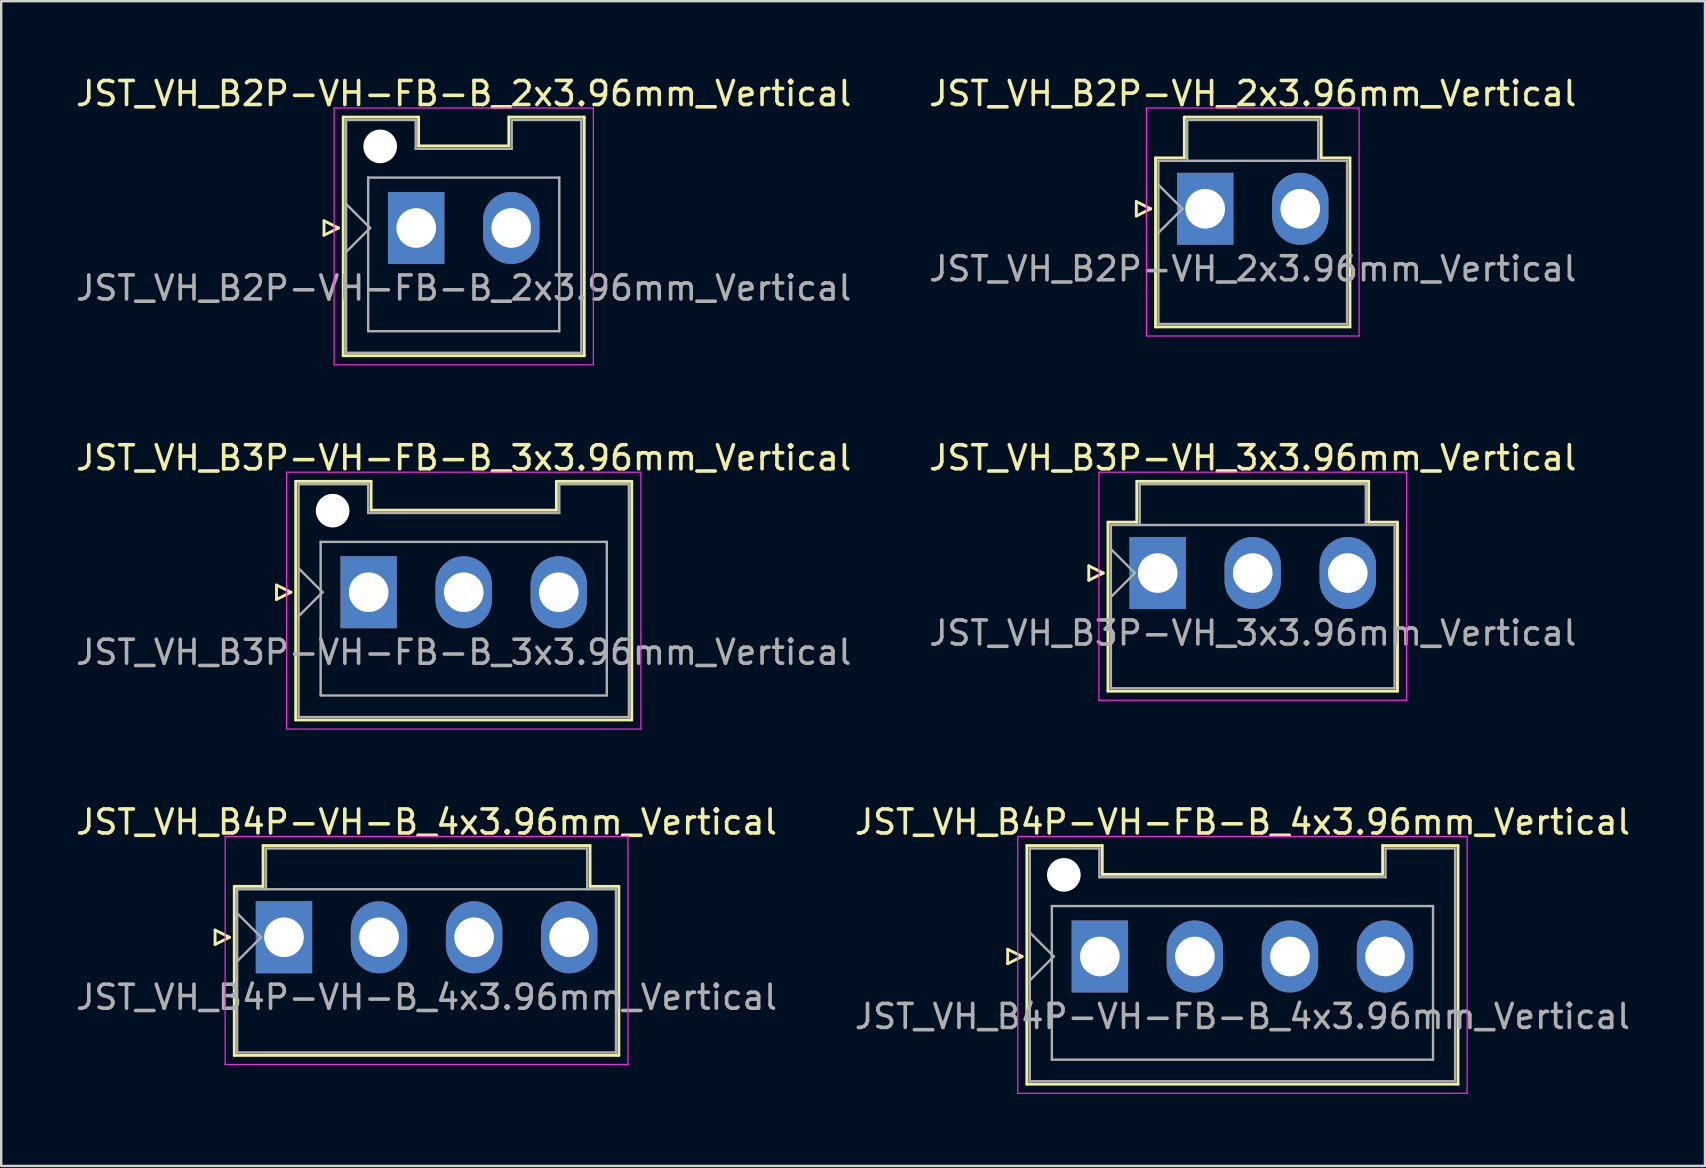
<source format=kicad_pcb>
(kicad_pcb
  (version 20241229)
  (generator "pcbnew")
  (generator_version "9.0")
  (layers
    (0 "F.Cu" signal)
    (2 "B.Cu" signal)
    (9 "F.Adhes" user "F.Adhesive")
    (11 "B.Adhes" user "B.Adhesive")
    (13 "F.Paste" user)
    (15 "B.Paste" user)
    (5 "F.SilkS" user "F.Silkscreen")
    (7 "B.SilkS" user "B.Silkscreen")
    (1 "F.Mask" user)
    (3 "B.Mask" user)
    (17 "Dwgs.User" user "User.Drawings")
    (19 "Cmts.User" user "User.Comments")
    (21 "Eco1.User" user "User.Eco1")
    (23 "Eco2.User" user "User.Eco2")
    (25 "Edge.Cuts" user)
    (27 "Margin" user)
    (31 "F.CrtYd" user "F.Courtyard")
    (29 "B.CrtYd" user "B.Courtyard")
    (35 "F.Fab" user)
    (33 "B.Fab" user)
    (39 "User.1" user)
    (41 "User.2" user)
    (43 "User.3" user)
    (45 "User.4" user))
  (footprint "JST_VH_B3P-VH-FB-B_3x3.96mm_Vertical"
    (layer "F.Cu")
    (at 12.308 21.622)
    (property "Reference" "JST_VH_B3P-VH-FB-B_3x3.96mm_Vertical" (at 3.96 -5.6 0) (layer "F.SilkS") (effects (font (size 1 1) (thickness 0.15))))
    (attr through_hole)
    (fp_line (start -3.84 -0.3) (end -3.24 0) (stroke (width 0.12) (type solid)) (layer "F.SilkS"))
    (fp_line (start -3.84 0.3) (end -3.84 -0.3) (stroke (width 0.12) (type solid)) (layer "F.SilkS"))
    (fp_line (start -3.24 0) (end -3.84 0.3) (stroke (width 0.12) (type solid)) (layer "F.SilkS"))
    (fp_line (start -3.04 -4.62) (end 0.1 -4.62) (stroke (width 0.12) (type solid)) (layer "F.SilkS"))
    (fp_line (start -3.04 5.32) (end -3.04 -4.62) (stroke (width 0.12) (type solid)) (layer "F.SilkS"))
    (fp_line (start 0.1 -4.62) (end 0.1 -3.42) (stroke (width 0.12) (type solid)) (layer "F.SilkS"))
    (fp_line (start 0.1 -3.42) (end 7.82 -3.42) (stroke (width 0.12) (type solid)) (layer "F.SilkS"))
    (fp_line (start 7.82 -4.62) (end 10.96 -4.62) (stroke (width 0.12) (type solid)) (layer "F.SilkS"))
    (fp_line (start 7.82 -3.42) (end 7.82 -4.62) (stroke (width 0.12) (type solid)) (layer "F.SilkS"))
    (fp_line (start 10.96 -4.62) (end 10.96 5.32) (stroke (width 0.12) (type solid)) (layer "F.SilkS"))
    (fp_line (start 10.96 5.32) (end -3.04 5.32) (stroke (width 0.12) (type solid)) (layer "F.SilkS"))
    (fp_line (start -3.42 -5) (end -3.42 5.7) (stroke (width 0.05) (type solid)) (layer "F.CrtYd"))
    (fp_line (start -3.42 5.7) (end 11.34 5.7) (stroke (width 0.05) (type solid)) (layer "F.CrtYd"))
    (fp_line (start 11.34 -5) (end -3.42 -5) (stroke (width 0.05) (type solid)) (layer "F.CrtYd"))
    (fp_line (start 11.34 5.7) (end 11.34 -5) (stroke (width 0.05) (type solid)) (layer "F.CrtYd"))
    (fp_line (start -2.92 -4.5) (end -0.02 -4.5) (stroke (width 0.1) (type solid)) (layer "F.Fab"))
    (fp_line (start -2.92 -1) (end -1.92 0) (stroke (width 0.1) (type solid)) (layer "F.Fab"))
    (fp_line (start -2.92 1) (end -1.92 0) (stroke (width 0.1) (type solid)) (layer "F.Fab"))
    (fp_line (start -2.92 5.2) (end -2.92 -4.5) (stroke (width 0.1) (type solid)) (layer "F.Fab"))
    (fp_line (start -2 -2.1) (end 9.92 -2.1) (stroke (width 0.1) (type solid)) (layer "F.Fab"))
    (fp_line (start -2 4.3) (end -2 -2.1) (stroke (width 0.1) (type solid)) (layer "F.Fab"))
    (fp_line (start -0.02 -4.5) (end -0.02 -3.3) (stroke (width 0.1) (type solid)) (layer "F.Fab"))
    (fp_line (start -0.02 -3.3) (end 7.94 -3.3) (stroke (width 0.1) (type solid)) (layer "F.Fab"))
    (fp_line (start 7.94 -4.5) (end 10.84 -4.5) (stroke (width 0.1) (type solid)) (layer "F.Fab"))
    (fp_line (start 7.94 -3.3) (end 7.94 -4.5) (stroke (width 0.1) (type solid)) (layer "F.Fab"))
    (fp_line (start 9.92 -2.1) (end 9.92 4.3) (stroke (width 0.1) (type solid)) (layer "F.Fab"))
    (fp_line (start 9.92 4.3) (end -2 4.3) (stroke (width 0.1) (type solid)) (layer "F.Fab"))
    (fp_line (start 10.84 -4.5) (end 10.84 5.2) (stroke (width 0.1) (type solid)) (layer "F.Fab"))
    (fp_line (start 10.84 5.2) (end -2.92 5.2) (stroke (width 0.1) (type solid)) (layer "F.Fab"))
    (fp_text user "${REFERENCE}" (at 3.96 2.5 0) (layer "F.Fab") (effects (font (size 1 1) (thickness 0.15))))
    (pad "" np_thru_hole circle (at -1.5 -3.4) (size 1.4 1.4) (drill 1.4) (layers "*.Cu" "*.Mask"))
    (pad "1" thru_hole rect (at 0 0) (size 2.35 3) (drill 1.65) (layers "*.Cu" "*.Mask"))
    (pad "2" thru_hole oval (at 3.96 0) (size 2.35 3) (drill 1.65) (layers "*.Cu" "*.Mask"))
    (pad "3" thru_hole oval (at 7.92 0) (size 2.35 3) (drill 1.65) (layers "*.Cu" "*.Mask")))
  (footprint "JST_VH_B4P-VH-FB-B_4x3.96mm_Vertical"
    (layer "F.Cu")
    (at 42.768 36.795)
    (property "Reference" "JST_VH_B4P-VH-FB-B_4x3.96mm_Vertical" (at 5.94 -5.6 0) (layer "F.SilkS") (effects (font (size 1 1) (thickness 0.15))))
    (attr through_hole)
    (fp_line (start -3.84 -0.3) (end -3.24 0) (stroke (width 0.12) (type solid)) (layer "F.SilkS"))
    (fp_line (start -3.84 0.3) (end -3.84 -0.3) (stroke (width 0.12) (type solid)) (layer "F.SilkS"))
    (fp_line (start -3.24 0) (end -3.84 0.3) (stroke (width 0.12) (type solid)) (layer "F.SilkS"))
    (fp_line (start -3.04 -4.62) (end 0.1 -4.62) (stroke (width 0.12) (type solid)) (layer "F.SilkS"))
    (fp_line (start -3.04 5.32) (end -3.04 -4.62) (stroke (width 0.12) (type solid)) (layer "F.SilkS"))
    (fp_line (start 0.1 -4.62) (end 0.1 -3.42) (stroke (width 0.12) (type solid)) (layer "F.SilkS"))
    (fp_line (start 0.1 -3.42) (end 11.78 -3.42) (stroke (width 0.12) (type solid)) (layer "F.SilkS"))
    (fp_line (start 11.78 -4.62) (end 14.92 -4.62) (stroke (width 0.12) (type solid)) (layer "F.SilkS"))
    (fp_line (start 11.78 -3.42) (end 11.78 -4.62) (stroke (width 0.12) (type solid)) (layer "F.SilkS"))
    (fp_line (start 14.92 -4.62) (end 14.92 5.32) (stroke (width 0.12) (type solid)) (layer "F.SilkS"))
    (fp_line (start 14.92 5.32) (end -3.04 5.32) (stroke (width 0.12) (type solid)) (layer "F.SilkS"))
    (fp_line (start -3.42 -5) (end -3.42 5.7) (stroke (width 0.05) (type solid)) (layer "F.CrtYd"))
    (fp_line (start -3.42 5.7) (end 15.3 5.7) (stroke (width 0.05) (type solid)) (layer "F.CrtYd"))
    (fp_line (start 15.3 -5) (end -3.42 -5) (stroke (width 0.05) (type solid)) (layer "F.CrtYd"))
    (fp_line (start 15.3 5.7) (end 15.3 -5) (stroke (width 0.05) (type solid)) (layer "F.CrtYd"))
    (fp_line (start -2.92 -4.5) (end -0.02 -4.5) (stroke (width 0.1) (type solid)) (layer "F.Fab"))
    (fp_line (start -2.92 -1) (end -1.92 0) (stroke (width 0.1) (type solid)) (layer "F.Fab"))
    (fp_line (start -2.92 1) (end -1.92 0) (stroke (width 0.1) (type solid)) (layer "F.Fab"))
    (fp_line (start -2.92 5.2) (end -2.92 -4.5) (stroke (width 0.1) (type solid)) (layer "F.Fab"))
    (fp_line (start -2 -2.1) (end 13.88 -2.1) (stroke (width 0.1) (type solid)) (layer "F.Fab"))
    (fp_line (start -2 4.3) (end -2 -2.1) (stroke (width 0.1) (type solid)) (layer "F.Fab"))
    (fp_line (start -0.02 -4.5) (end -0.02 -3.3) (stroke (width 0.1) (type solid)) (layer "F.Fab"))
    (fp_line (start -0.02 -3.3) (end 11.9 -3.3) (stroke (width 0.1) (type solid)) (layer "F.Fab"))
    (fp_line (start 11.9 -4.5) (end 14.8 -4.5) (stroke (width 0.1) (type solid)) (layer "F.Fab"))
    (fp_line (start 11.9 -3.3) (end 11.9 -4.5) (stroke (width 0.1) (type solid)) (layer "F.Fab"))
    (fp_line (start 13.88 -2.1) (end 13.88 4.3) (stroke (width 0.1) (type solid)) (layer "F.Fab"))
    (fp_line (start 13.88 4.3) (end -2 4.3) (stroke (width 0.1) (type solid)) (layer "F.Fab"))
    (fp_line (start 14.8 -4.5) (end 14.8 5.2) (stroke (width 0.1) (type solid)) (layer "F.Fab"))
    (fp_line (start 14.8 5.2) (end -2.92 5.2) (stroke (width 0.1) (type solid)) (layer "F.Fab"))
    (fp_text user "${REFERENCE}" (at 5.94 2.5 0) (layer "F.Fab") (effects (font (size 1 1) (thickness 0.15))))
    (pad "" np_thru_hole circle (at -1.5 -3.4) (size 1.4 1.4) (drill 1.4) (layers "*.Cu" "*.Mask"))
    (pad "1" thru_hole rect (at 0 0) (size 2.35 3) (drill 1.65) (layers "*.Cu" "*.Mask"))
    (pad "2" thru_hole oval (at 3.96 0) (size 2.35 3) (drill 1.65) (layers "*.Cu" "*.Mask"))
    (pad "3" thru_hole oval (at 7.92 0) (size 2.35 3) (drill 1.65) (layers "*.Cu" "*.Mask"))
    (pad "4" thru_hole oval (at 11.88 0) (size 2.35 3) (drill 1.65) (layers "*.Cu" "*.Mask")))
  (footprint "JST_VH_B4P-VH-B_4x3.96mm_Vertical"
    (layer "F.Cu")
    (at 8.78 35.995)
    (property "Reference" "JST_VH_B4P-VH-B_4x3.96mm_Vertical" (at 5.94 -4.8 0) (layer "F.SilkS") (effects (font (size 1 1) (thickness 0.15))))
    (attr through_hole)
    (fp_line (start -2.87 -0.3) (end -2.27 0) (stroke (width 0.12) (type solid)) (layer "F.SilkS"))
    (fp_line (start -2.87 0.3) (end -2.87 -0.3) (stroke (width 0.12) (type solid)) (layer "F.SilkS"))
    (fp_line (start -2.27 0) (end -2.87 0.3) (stroke (width 0.12) (type solid)) (layer "F.SilkS"))
    (fp_line (start -2.07 -2.12) (end -0.87 -2.12) (stroke (width 0.12) (type solid)) (layer "F.SilkS"))
    (fp_line (start -2.07 4.92) (end -2.07 -2.12) (stroke (width 0.12) (type solid)) (layer "F.SilkS"))
    (fp_line (start -0.87 -3.82) (end 12.75 -3.82) (stroke (width 0.12) (type solid)) (layer "F.SilkS"))
    (fp_line (start -0.87 -2.12) (end -0.87 -3.82) (stroke (width 0.12) (type solid)) (layer "F.SilkS"))
    (fp_line (start 12.75 -3.82) (end 12.75 -2.12) (stroke (width 0.12) (type solid)) (layer "F.SilkS"))
    (fp_line (start 12.75 -2.12) (end 13.95 -2.12) (stroke (width 0.12) (type solid)) (layer "F.SilkS"))
    (fp_line (start 13.95 -2.12) (end 13.95 4.92) (stroke (width 0.12) (type solid)) (layer "F.SilkS"))
    (fp_line (start 13.95 4.92) (end -2.07 4.92) (stroke (width 0.12) (type solid)) (layer "F.SilkS"))
    (fp_line (start -2.45 -4.2) (end -2.45 5.3) (stroke (width 0.05) (type solid)) (layer "F.CrtYd"))
    (fp_line (start -2.45 5.3) (end 14.33 5.3) (stroke (width 0.05) (type solid)) (layer "F.CrtYd"))
    (fp_line (start 14.33 -4.2) (end -2.45 -4.2) (stroke (width 0.05) (type solid)) (layer "F.CrtYd"))
    (fp_line (start 14.33 5.3) (end 14.33 -4.2) (stroke (width 0.05) (type solid)) (layer "F.CrtYd"))
    (fp_line (start -1.95 -2) (end -1.95 4.8) (stroke (width 0.1) (type solid)) (layer "F.Fab"))
    (fp_line (start -1.95 -1) (end -0.95 0) (stroke (width 0.1) (type solid)) (layer "F.Fab"))
    (fp_line (start -1.95 1) (end -0.95 0) (stroke (width 0.1) (type solid)) (layer "F.Fab"))
    (fp_line (start -1.95 4.8) (end 13.83 4.8) (stroke (width 0.1) (type solid)) (layer "F.Fab"))
    (fp_line (start -0.75 -3.7) (end 12.63 -3.7) (stroke (width 0.1) (type solid)) (layer "F.Fab"))
    (fp_line (start -0.75 -2) (end -0.75 -3.7) (stroke (width 0.1) (type solid)) (layer "F.Fab"))
    (fp_line (start 12.63 -3.7) (end 12.63 -2) (stroke (width 0.1) (type solid)) (layer "F.Fab"))
    (fp_line (start 13.83 -2) (end -1.95 -2) (stroke (width 0.1) (type solid)) (layer "F.Fab"))
    (fp_line (start 13.83 4.8) (end 13.83 -2) (stroke (width 0.1) (type solid)) (layer "F.Fab"))
    (fp_text user "${REFERENCE}" (at 5.94 2.5 0) (layer "F.Fab") (effects (font (size 1 1) (thickness 0.15))))
    (pad "1" thru_hole rect (at 0 0) (size 2.35 3) (drill 1.65) (layers "*.Cu" "*.Mask"))
    (pad "2" thru_hole oval (at 3.96 0) (size 2.35 3) (drill 1.65) (layers "*.Cu" "*.Mask"))
    (pad "3" thru_hole oval (at 7.92 0) (size 2.35 3) (drill 1.65) (layers "*.Cu" "*.Mask"))
    (pad "4" thru_hole oval (at 11.88 0) (size 2.35 3) (drill 1.65) (layers "*.Cu" "*.Mask")))
  (footprint "JST_VH_B2P-VH_2x3.96mm_Vertical"
    (layer "F.Cu")
    (at 47.157 5.648)
    (property "Reference" "JST_VH_B2P-VH_2x3.96mm_Vertical" (at 1.98 -4.8 0) (layer "F.SilkS") (effects (font (size 1 1) (thickness 0.15))))
    (attr through_hole)
    (fp_line (start -2.87 -0.3) (end -2.27 0) (stroke (width 0.12) (type solid)) (layer "F.SilkS"))
    (fp_line (start -2.87 0.3) (end -2.87 -0.3) (stroke (width 0.12) (type solid)) (layer "F.SilkS"))
    (fp_line (start -2.27 0) (end -2.87 0.3) (stroke (width 0.12) (type solid)) (layer "F.SilkS"))
    (fp_line (start -2.07 -2.12) (end -0.87 -2.12) (stroke (width 0.12) (type solid)) (layer "F.SilkS"))
    (fp_line (start -2.07 4.92) (end -2.07 -2.12) (stroke (width 0.12) (type solid)) (layer "F.SilkS"))
    (fp_line (start -0.87 -3.82) (end 4.83 -3.82) (stroke (width 0.12) (type solid)) (layer "F.SilkS"))
    (fp_line (start -0.87 -2.12) (end -0.87 -3.82) (stroke (width 0.12) (type solid)) (layer "F.SilkS"))
    (fp_line (start 4.83 -3.82) (end 4.83 -2.12) (stroke (width 0.12) (type solid)) (layer "F.SilkS"))
    (fp_line (start 4.83 -2.12) (end 6.03 -2.12) (stroke (width 0.12) (type solid)) (layer "F.SilkS"))
    (fp_line (start 6.03 -2.12) (end 6.03 4.92) (stroke (width 0.12) (type solid)) (layer "F.SilkS"))
    (fp_line (start 6.03 4.92) (end -2.07 4.92) (stroke (width 0.12) (type solid)) (layer "F.SilkS"))
    (fp_line (start -2.45 -4.2) (end -2.45 5.3) (stroke (width 0.05) (type solid)) (layer "F.CrtYd"))
    (fp_line (start -2.45 5.3) (end 6.41 5.3) (stroke (width 0.05) (type solid)) (layer "F.CrtYd"))
    (fp_line (start 6.41 -4.2) (end -2.45 -4.2) (stroke (width 0.05) (type solid)) (layer "F.CrtYd"))
    (fp_line (start 6.41 5.3) (end 6.41 -4.2) (stroke (width 0.05) (type solid)) (layer "F.CrtYd"))
    (fp_line (start -1.95 -2) (end -1.95 4.8) (stroke (width 0.1) (type solid)) (layer "F.Fab"))
    (fp_line (start -1.95 -1) (end -0.95 0) (stroke (width 0.1) (type solid)) (layer "F.Fab"))
    (fp_line (start -1.95 1) (end -0.95 0) (stroke (width 0.1) (type solid)) (layer "F.Fab"))
    (fp_line (start -1.95 4.8) (end 5.91 4.8) (stroke (width 0.1) (type solid)) (layer "F.Fab"))
    (fp_line (start -0.75 -3.7) (end 4.71 -3.7) (stroke (width 0.1) (type solid)) (layer "F.Fab"))
    (fp_line (start -0.75 -2) (end -0.75 -3.7) (stroke (width 0.1) (type solid)) (layer "F.Fab"))
    (fp_line (start 4.71 -3.7) (end 4.71 -2) (stroke (width 0.1) (type solid)) (layer "F.Fab"))
    (fp_line (start 5.91 -2) (end -1.95 -2) (stroke (width 0.1) (type solid)) (layer "F.Fab"))
    (fp_line (start 5.91 4.8) (end 5.91 -2) (stroke (width 0.1) (type solid)) (layer "F.Fab"))
    (fp_text user "${REFERENCE}" (at 1.98 2.5 0) (layer "F.Fab") (effects (font (size 1 1) (thickness 0.15))))
    (pad "1" thru_hole rect (at 0 0) (size 2.35 3) (drill 1.65) (layers "*.Cu" "*.Mask"))
    (pad "2" thru_hole oval (at 3.96 0) (size 2.35 3) (drill 1.65) (layers "*.Cu" "*.Mask")))
  (footprint "JST_VH_B2P-VH-FB-B_2x3.96mm_Vertical"
    (layer "F.Cu")
    (at 14.288 6.448)
    (property "Reference" "JST_VH_B2P-VH-FB-B_2x3.96mm_Vertical" (at 1.98 -5.6 0) (layer "F.SilkS") (effects (font (size 1 1) (thickness 0.15))))
    (attr through_hole)
    (fp_line (start -3.84 -0.3) (end -3.24 0) (stroke (width 0.12) (type solid)) (layer "F.SilkS"))
    (fp_line (start -3.84 0.3) (end -3.84 -0.3) (stroke (width 0.12) (type solid)) (layer "F.SilkS"))
    (fp_line (start -3.24 0) (end -3.84 0.3) (stroke (width 0.12) (type solid)) (layer "F.SilkS"))
    (fp_line (start -3.04 -4.62) (end 0.1 -4.62) (stroke (width 0.12) (type solid)) (layer "F.SilkS"))
    (fp_line (start -3.04 5.32) (end -3.04 -4.62) (stroke (width 0.12) (type solid)) (layer "F.SilkS"))
    (fp_line (start 0.1 -4.62) (end 0.1 -3.42) (stroke (width 0.12) (type solid)) (layer "F.SilkS"))
    (fp_line (start 0.1 -3.42) (end 3.86 -3.42) (stroke (width 0.12) (type solid)) (layer "F.SilkS"))
    (fp_line (start 3.86 -4.62) (end 7 -4.62) (stroke (width 0.12) (type solid)) (layer "F.SilkS"))
    (fp_line (start 3.86 -3.42) (end 3.86 -4.62) (stroke (width 0.12) (type solid)) (layer "F.SilkS"))
    (fp_line (start 7 -4.62) (end 7 5.32) (stroke (width 0.12) (type solid)) (layer "F.SilkS"))
    (fp_line (start 7 5.32) (end -3.04 5.32) (stroke (width 0.12) (type solid)) (layer "F.SilkS"))
    (fp_line (start -3.42 -5) (end -3.42 5.7) (stroke (width 0.05) (type solid)) (layer "F.CrtYd"))
    (fp_line (start -3.42 5.7) (end 7.38 5.7) (stroke (width 0.05) (type solid)) (layer "F.CrtYd"))
    (fp_line (start 7.38 -5) (end -3.42 -5) (stroke (width 0.05) (type solid)) (layer "F.CrtYd"))
    (fp_line (start 7.38 5.7) (end 7.38 -5) (stroke (width 0.05) (type solid)) (layer "F.CrtYd"))
    (fp_line (start -2.92 -4.5) (end -0.02 -4.5) (stroke (width 0.1) (type solid)) (layer "F.Fab"))
    (fp_line (start -2.92 -1) (end -1.92 0) (stroke (width 0.1) (type solid)) (layer "F.Fab"))
    (fp_line (start -2.92 1) (end -1.92 0) (stroke (width 0.1) (type solid)) (layer "F.Fab"))
    (fp_line (start -2.92 5.2) (end -2.92 -4.5) (stroke (width 0.1) (type solid)) (layer "F.Fab"))
    (fp_line (start -2 -2.1) (end 5.96 -2.1) (stroke (width 0.1) (type solid)) (layer "F.Fab"))
    (fp_line (start -2 4.3) (end -2 -2.1) (stroke (width 0.1) (type solid)) (layer "F.Fab"))
    (fp_line (start -0.02 -4.5) (end -0.02 -3.3) (stroke (width 0.1) (type solid)) (layer "F.Fab"))
    (fp_line (start -0.02 -3.3) (end 3.98 -3.3) (stroke (width 0.1) (type solid)) (layer "F.Fab"))
    (fp_line (start 3.98 -4.5) (end 6.88 -4.5) (stroke (width 0.1) (type solid)) (layer "F.Fab"))
    (fp_line (start 3.98 -3.3) (end 3.98 -4.5) (stroke (width 0.1) (type solid)) (layer "F.Fab"))
    (fp_line (start 5.96 -2.1) (end 5.96 4.3) (stroke (width 0.1) (type solid)) (layer "F.Fab"))
    (fp_line (start 5.96 4.3) (end -2 4.3) (stroke (width 0.1) (type solid)) (layer "F.Fab"))
    (fp_line (start 6.88 -4.5) (end 6.88 5.2) (stroke (width 0.1) (type solid)) (layer "F.Fab"))
    (fp_line (start 6.88 5.2) (end -2.92 5.2) (stroke (width 0.1) (type solid)) (layer "F.Fab"))
    (fp_text user "${REFERENCE}" (at 1.98 2.5 0) (layer "F.Fab") (effects (font (size 1 1) (thickness 0.15))))
    (pad "" np_thru_hole circle (at -1.5 -3.4) (size 1.4 1.4) (drill 1.4) (layers "*.Cu" "*.Mask"))
    (pad "1" thru_hole rect (at 0 0) (size 2.35 3) (drill 1.65) (layers "*.Cu" "*.Mask"))
    (pad "2" thru_hole oval (at 3.96 0) (size 2.35 3) (drill 1.65) (layers "*.Cu" "*.Mask")))
  (footprint "JST_VH_B3P-VH_3x3.96mm_Vertical"
    (layer "F.Cu")
    (at 45.177 20.822)
    (property "Reference" "JST_VH_B3P-VH_3x3.96mm_Vertical" (at 3.96 -4.8 0) (layer "F.SilkS") (effects (font (size 1 1) (thickness 0.15))))
    (attr through_hole)
    (fp_line (start -2.87 -0.3) (end -2.27 0) (stroke (width 0.12) (type solid)) (layer "F.SilkS"))
    (fp_line (start -2.87 0.3) (end -2.87 -0.3) (stroke (width 0.12) (type solid)) (layer "F.SilkS"))
    (fp_line (start -2.27 0) (end -2.87 0.3) (stroke (width 0.12) (type solid)) (layer "F.SilkS"))
    (fp_line (start -2.07 -2.12) (end -0.87 -2.12) (stroke (width 0.12) (type solid)) (layer "F.SilkS"))
    (fp_line (start -2.07 4.92) (end -2.07 -2.12) (stroke (width 0.12) (type solid)) (layer "F.SilkS"))
    (fp_line (start -0.87 -3.82) (end 8.79 -3.82) (stroke (width 0.12) (type solid)) (layer "F.SilkS"))
    (fp_line (start -0.87 -2.12) (end -0.87 -3.82) (stroke (width 0.12) (type solid)) (layer "F.SilkS"))
    (fp_line (start 8.79 -3.82) (end 8.79 -2.12) (stroke (width 0.12) (type solid)) (layer "F.SilkS"))
    (fp_line (start 8.79 -2.12) (end 9.99 -2.12) (stroke (width 0.12) (type solid)) (layer "F.SilkS"))
    (fp_line (start 9.99 -2.12) (end 9.99 4.92) (stroke (width 0.12) (type solid)) (layer "F.SilkS"))
    (fp_line (start 9.99 4.92) (end -2.07 4.92) (stroke (width 0.12) (type solid)) (layer "F.SilkS"))
    (fp_line (start -2.45 -4.2) (end -2.45 5.3) (stroke (width 0.05) (type solid)) (layer "F.CrtYd"))
    (fp_line (start -2.45 5.3) (end 10.37 5.3) (stroke (width 0.05) (type solid)) (layer "F.CrtYd"))
    (fp_line (start 10.37 -4.2) (end -2.45 -4.2) (stroke (width 0.05) (type solid)) (layer "F.CrtYd"))
    (fp_line (start 10.37 5.3) (end 10.37 -4.2) (stroke (width 0.05) (type solid)) (layer "F.CrtYd"))
    (fp_line (start -1.95 -2) (end -1.95 4.8) (stroke (width 0.1) (type solid)) (layer "F.Fab"))
    (fp_line (start -1.95 -1) (end -0.95 0) (stroke (width 0.1) (type solid)) (layer "F.Fab"))
    (fp_line (start -1.95 1) (end -0.95 0) (stroke (width 0.1) (type solid)) (layer "F.Fab"))
    (fp_line (start -1.95 4.8) (end 9.87 4.8) (stroke (width 0.1) (type solid)) (layer "F.Fab"))
    (fp_line (start -0.75 -3.7) (end 8.67 -3.7) (stroke (width 0.1) (type solid)) (layer "F.Fab"))
    (fp_line (start -0.75 -2) (end -0.75 -3.7) (stroke (width 0.1) (type solid)) (layer "F.Fab"))
    (fp_line (start 8.67 -3.7) (end 8.67 -2) (stroke (width 0.1) (type solid)) (layer "F.Fab"))
    (fp_line (start 9.87 -2) (end -1.95 -2) (stroke (width 0.1) (type solid)) (layer "F.Fab"))
    (fp_line (start 9.87 4.8) (end 9.87 -2) (stroke (width 0.1) (type solid)) (layer "F.Fab"))
    (fp_text user "${REFERENCE}" (at 3.96 2.5 0) (layer "F.Fab") (effects (font (size 1 1) (thickness 0.15))))
    (pad "1" thru_hole rect (at 0 0) (size 2.35 3) (drill 1.65) (layers "*.Cu" "*.Mask"))
    (pad "2" thru_hole oval (at 3.96 0) (size 2.35 3) (drill 1.65) (layers "*.Cu" "*.Mask"))
    (pad "3" thru_hole oval (at 7.92 0) (size 2.35 3) (drill 1.65) (layers "*.Cu" "*.Mask")))
  (gr_rect
    (start -3 -3)
    (end 67.976 45.52)
    (stroke (width 0.1) (type default))
    (fill no)
    (layer "Edge.Cuts")))
</source>
